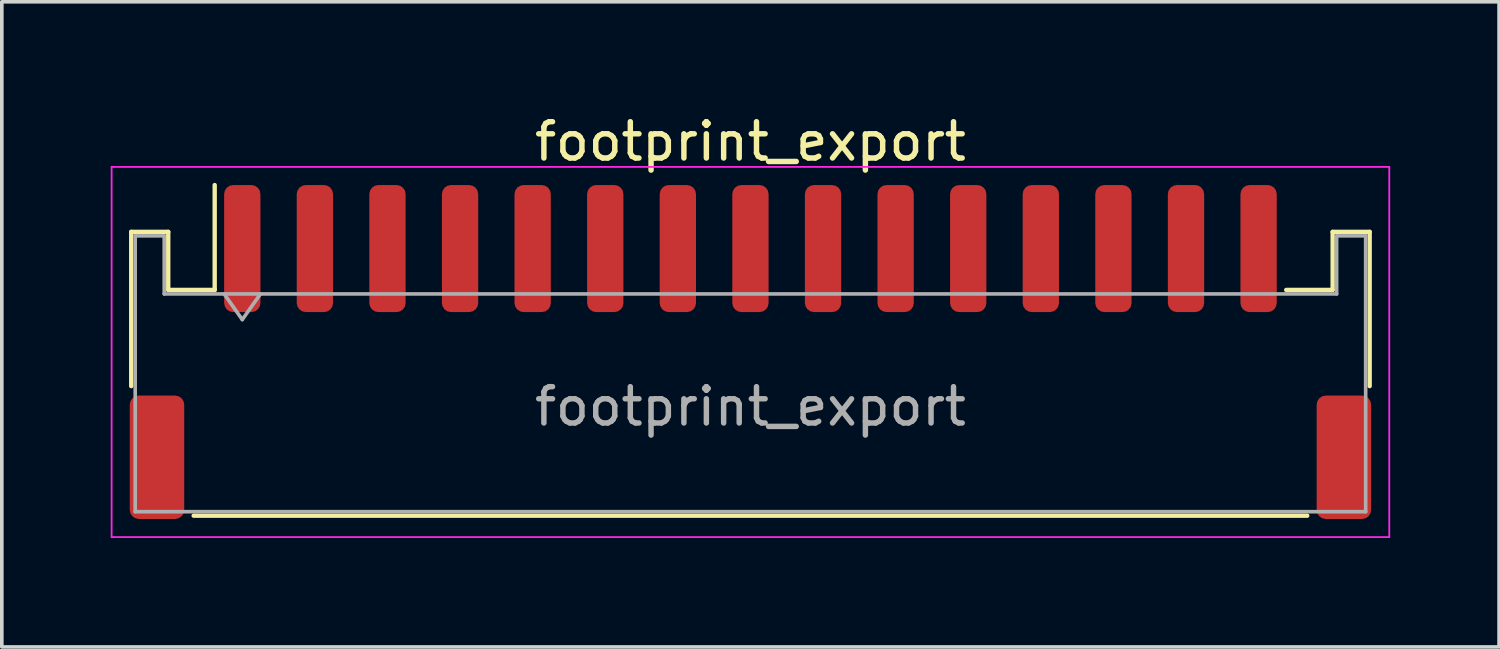
<source format=kicad_pcb>
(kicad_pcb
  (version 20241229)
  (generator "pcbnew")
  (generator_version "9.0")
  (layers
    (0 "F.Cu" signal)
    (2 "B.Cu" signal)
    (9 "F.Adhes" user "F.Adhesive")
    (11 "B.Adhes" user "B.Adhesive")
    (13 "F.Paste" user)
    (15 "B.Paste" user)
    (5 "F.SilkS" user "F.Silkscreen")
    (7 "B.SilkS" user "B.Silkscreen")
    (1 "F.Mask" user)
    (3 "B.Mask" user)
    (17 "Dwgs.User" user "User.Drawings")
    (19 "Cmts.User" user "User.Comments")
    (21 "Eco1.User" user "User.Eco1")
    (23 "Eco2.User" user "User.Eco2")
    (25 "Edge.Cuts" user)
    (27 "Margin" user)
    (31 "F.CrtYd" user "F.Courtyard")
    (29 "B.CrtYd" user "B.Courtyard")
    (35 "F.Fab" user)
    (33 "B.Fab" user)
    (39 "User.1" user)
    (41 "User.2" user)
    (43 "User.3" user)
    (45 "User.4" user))
  (footprint "footprint_export"
    (layer "F.Cu")
    (at 17.625 6.648)
    (property "Reference" "footprint_export" (at 0 -5.8 0) (layer "F.SilkS") (effects (font (size 1 1) (thickness 0.15))))
    (attr smd)
    (fp_line (start -17.06 -3.31) (end -16.04 -3.31) (stroke (width 0.12) (type solid)) (layer "F.SilkS"))
    (fp_line (start -17.06 0.94) (end -17.06 -3.31) (stroke (width 0.12) (type solid)) (layer "F.SilkS"))
    (fp_line (start -16.04 -3.31) (end -16.04 -1.71) (stroke (width 0.12) (type solid)) (layer "F.SilkS"))
    (fp_line (start -16.04 -1.71) (end -14.76 -1.71) (stroke (width 0.12) (type solid)) (layer "F.SilkS"))
    (fp_line (start -15.34 4.51) (end 15.34 4.51) (stroke (width 0.12) (type solid)) (layer "F.SilkS"))
    (fp_line (start -14.76 -1.71) (end -14.76 -4.6) (stroke (width 0.12) (type solid)) (layer "F.SilkS"))
    (fp_line (start 16.04 -3.31) (end 16.04 -1.71) (stroke (width 0.12) (type solid)) (layer "F.SilkS"))
    (fp_line (start 16.04 -1.71) (end 14.76 -1.71) (stroke (width 0.12) (type solid)) (layer "F.SilkS"))
    (fp_line (start 17.06 -3.31) (end 16.04 -3.31) (stroke (width 0.12) (type solid)) (layer "F.SilkS"))
    (fp_line (start 17.06 0.94) (end 17.06 -3.31) (stroke (width 0.12) (type solid)) (layer "F.SilkS"))
    (fp_line (start -17.6 -5.1) (end -17.6 5.1) (stroke (width 0.05) (type solid)) (layer "F.CrtYd"))
    (fp_line (start -17.6 5.1) (end 17.6 5.1) (stroke (width 0.05) (type solid)) (layer "F.CrtYd"))
    (fp_line (start 17.6 -5.1) (end -17.6 -5.1) (stroke (width 0.05) (type solid)) (layer "F.CrtYd"))
    (fp_line (start 17.6 5.1) (end 17.6 -5.1) (stroke (width 0.05) (type solid)) (layer "F.CrtYd"))
    (fp_line (start -16.95 -3.2) (end -16.95 4.4) (stroke (width 0.1) (type solid)) (layer "F.Fab"))
    (fp_line (start -16.95 -3.2) (end -16.15 -3.2) (stroke (width 0.1) (type solid)) (layer "F.Fab"))
    (fp_line (start -16.95 4.4) (end 16.95 4.4) (stroke (width 0.1) (type solid)) (layer "F.Fab"))
    (fp_line (start -16.15 -3.2) (end -16.15 -1.6) (stroke (width 0.1) (type solid)) (layer "F.Fab"))
    (fp_line (start -16.15 -1.6) (end 16.15 -1.6) (stroke (width 0.1) (type solid)) (layer "F.Fab"))
    (fp_line (start -14.5 -1.6) (end -14 -0.893) (stroke (width 0.1) (type solid)) (layer "F.Fab"))
    (fp_line (start -14 -0.893) (end -13.5 -1.6) (stroke (width 0.1) (type solid)) (layer "F.Fab"))
    (fp_line (start 16.15 -3.2) (end 16.95 -3.2) (stroke (width 0.1) (type solid)) (layer "F.Fab"))
    (fp_line (start 16.15 -1.6) (end 16.15 -3.2) (stroke (width 0.1) (type solid)) (layer "F.Fab"))
    (fp_line (start 16.95 -3.2) (end 16.95 4.4) (stroke (width 0.1) (type solid)) (layer "F.Fab"))
    (fp_text user "${REFERENCE}" (at 0 1.5 0) (layer "F.Fab") (effects (font (size 1 1) (thickness 0.15))))
    (pad "1" smd roundrect (at -14 -2.85) (size 1 3.5) (layers "F.Cu" "F.Mask" "F.Paste") (roundrect_rratio 0.25))
    (pad "2" smd roundrect (at -12 -2.85) (size 1 3.5) (layers "F.Cu" "F.Mask" "F.Paste") (roundrect_rratio 0.25))
    (pad "3" smd roundrect (at -10 -2.85) (size 1 3.5) (layers "F.Cu" "F.Mask" "F.Paste") (roundrect_rratio 0.25))
    (pad "4" smd roundrect (at -8 -2.85) (size 1 3.5) (layers "F.Cu" "F.Mask" "F.Paste") (roundrect_rratio 0.25))
    (pad "5" smd roundrect (at -6 -2.85) (size 1 3.5) (layers "F.Cu" "F.Mask" "F.Paste") (roundrect_rratio 0.25))
    (pad "6" smd roundrect (at -4 -2.85) (size 1 3.5) (layers "F.Cu" "F.Mask" "F.Paste") (roundrect_rratio 0.25))
    (pad "7" smd roundrect (at -2 -2.85) (size 1 3.5) (layers "F.Cu" "F.Mask" "F.Paste") (roundrect_rratio 0.25))
    (pad "8" smd roundrect (at 0 -2.85) (size 1 3.5) (layers "F.Cu" "F.Mask" "F.Paste") (roundrect_rratio 0.25))
    (pad "9" smd roundrect (at 2 -2.85) (size 1 3.5) (layers "F.Cu" "F.Mask" "F.Paste") (roundrect_rratio 0.25))
    (pad "10" smd roundrect (at 4 -2.85) (size 1 3.5) (layers "F.Cu" "F.Mask" "F.Paste") (roundrect_rratio 0.25))
    (pad "11" smd roundrect (at 6 -2.85) (size 1 3.5) (layers "F.Cu" "F.Mask" "F.Paste") (roundrect_rratio 0.25))
    (pad "12" smd roundrect (at 8 -2.85) (size 1 3.5) (layers "F.Cu" "F.Mask" "F.Paste") (roundrect_rratio 0.25))
    (pad "13" smd roundrect (at 10 -2.85) (size 1 3.5) (layers "F.Cu" "F.Mask" "F.Paste") (roundrect_rratio 0.25))
    (pad "14" smd roundrect (at 12 -2.85) (size 1 3.5) (layers "F.Cu" "F.Mask" "F.Paste") (roundrect_rratio 0.25))
    (pad "15" smd roundrect (at 14 -2.85) (size 1 3.5) (layers "F.Cu" "F.Mask" "F.Paste") (roundrect_rratio 0.25))
    (pad "MP" smd roundrect (at -16.35 2.9) (size 1.5 3.4) (layers "F.Cu" "F.Mask" "F.Paste") (roundrect_rratio 0.167))
    (pad "MP" smd roundrect (at 16.35 2.9) (size 1.5 3.4) (layers "F.Cu" "F.Mask" "F.Paste") (roundrect_rratio 0.167)))
  (gr_rect
    (start -3 -3)
    (end 38.25 14.773)
    (stroke (width 0.1) (type default))
    (fill no)
    (layer "Edge.Cuts")))
</source>
